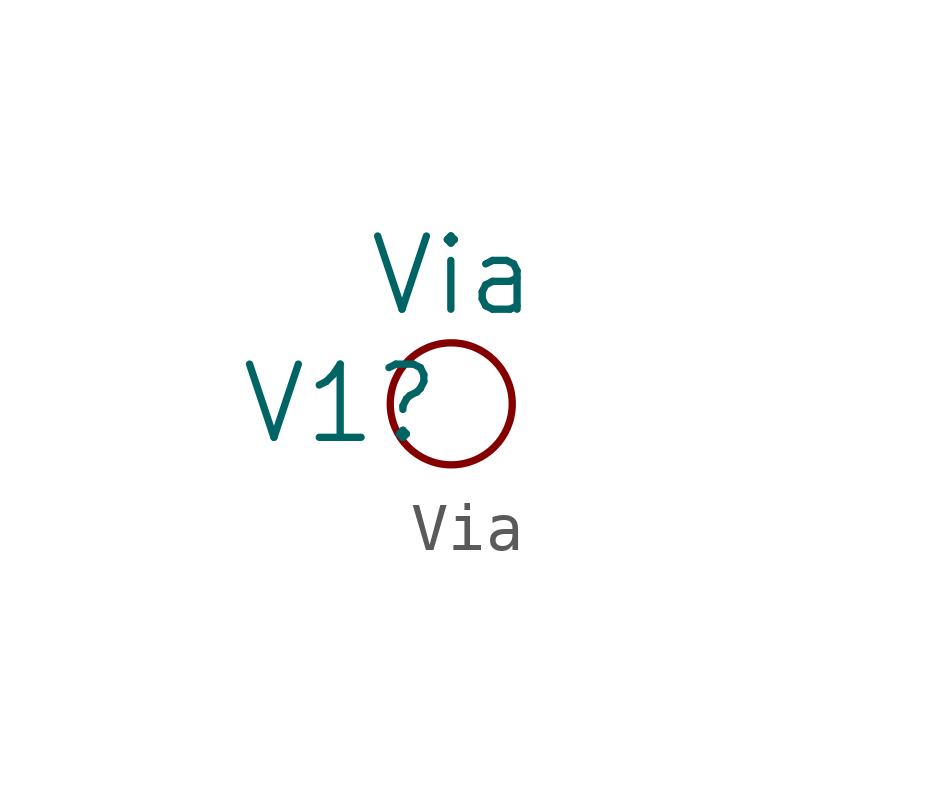
<source format=kicad_sym>
(kicad_symbol_lib
  (version 20211014)
  (generator kicad_symbol_editor)
  (symbol "Via"
    (pin_names
      (offset 1.016))
    (property "Reference" "V1"
      (at -4.445 0 0)
      (effects (font (size 1.524 1.524)) (justify left)))
    (property "Value" "Via"
      (at -1.778 2.667 0)
      (effects (font (size 1.524 1.524)) (justify left)))
    (symbol "Via_0_1"
      (circle (center 0 0) (radius 1.27) (stroke (width 0) (type default) (color 0 0 0 0)) (fill (type none))))
    (symbol "Via_1_1"
      (pin input line (at 0 0 0) (length 5.08) hide (name "~" (effects (font (size 1.27 1.27)))) (number "1" (effects (font (size 1.27 1.27))))))))
</source>
